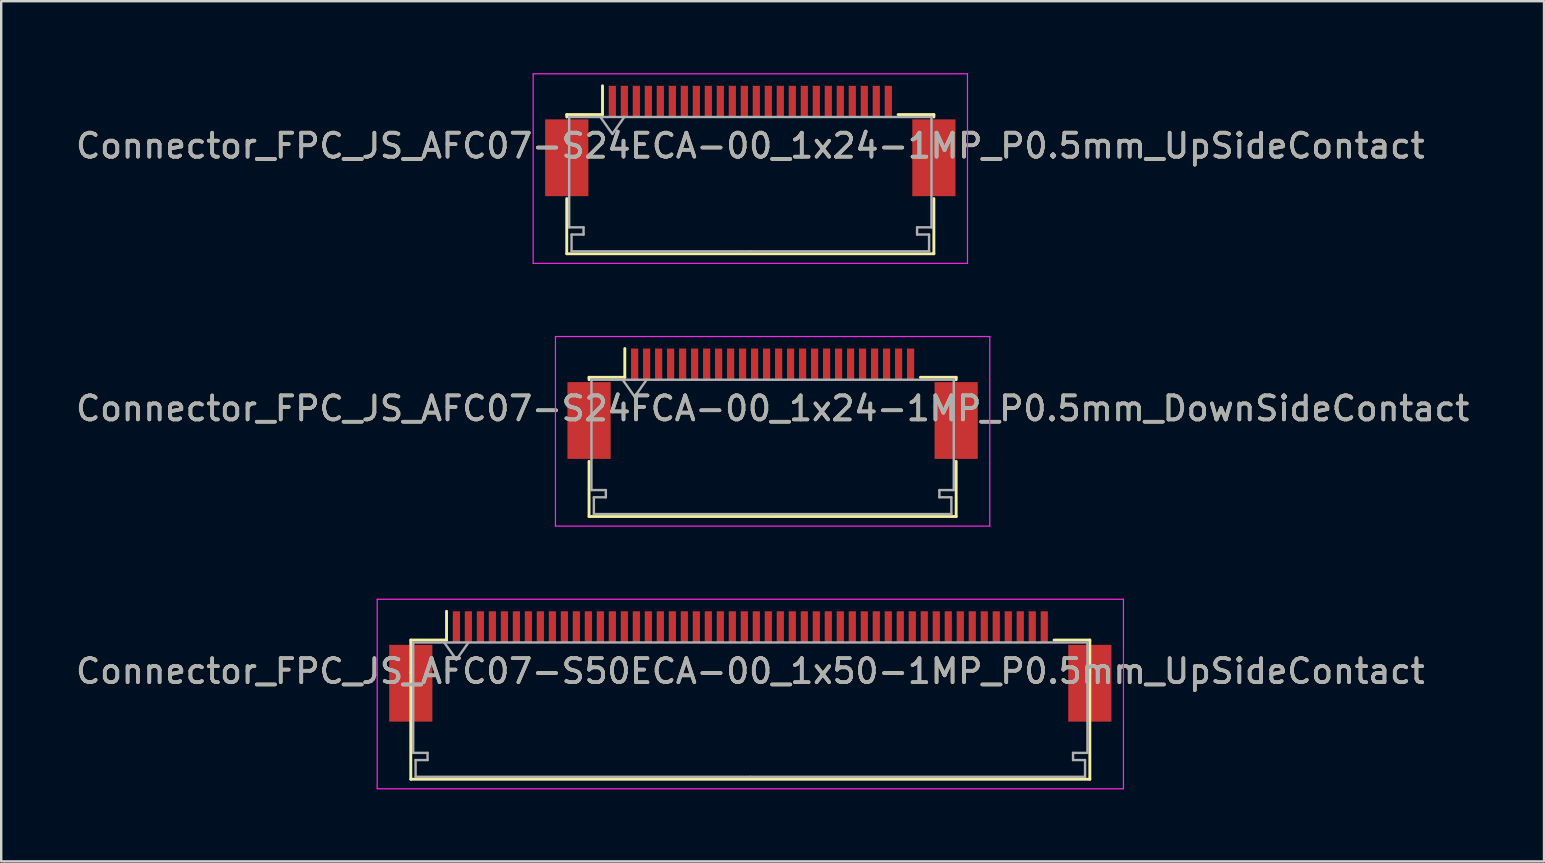
<source format=kicad_pcb>
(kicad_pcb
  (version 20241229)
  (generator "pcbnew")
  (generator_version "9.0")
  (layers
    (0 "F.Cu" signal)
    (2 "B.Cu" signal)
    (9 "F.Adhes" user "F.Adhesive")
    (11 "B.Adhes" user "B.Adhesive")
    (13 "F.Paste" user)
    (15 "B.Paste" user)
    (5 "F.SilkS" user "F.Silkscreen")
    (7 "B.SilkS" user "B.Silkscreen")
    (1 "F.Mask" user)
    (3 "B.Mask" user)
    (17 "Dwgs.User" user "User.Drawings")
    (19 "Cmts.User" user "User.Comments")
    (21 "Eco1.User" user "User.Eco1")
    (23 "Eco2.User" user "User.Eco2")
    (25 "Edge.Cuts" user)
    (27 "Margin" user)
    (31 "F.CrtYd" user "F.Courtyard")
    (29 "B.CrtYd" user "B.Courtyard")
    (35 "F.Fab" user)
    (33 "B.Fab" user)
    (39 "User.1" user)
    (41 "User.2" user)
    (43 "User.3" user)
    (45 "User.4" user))
  (footprint "Connector_FPC_JS_AFC07-S50ECA-00_1x50-1MP_P0.5mm_UpSideContact"
    (layer "F.Cu")
    (at 28.22 24.925)
    (property "Reference" "Connector_FPC_JS_AFC07-S50ECA-00_1x50-1MP_P0.5mm_UpSideContact" (at 0 0 0) (layer "F.SilkS") (effects (font (size 1 1) (thickness 0.15))))
    (attr smd)
    (fp_line (start -14.15 -1.3) (end -14.15 0.04) (stroke (width 0.12) (type solid)) (layer "F.SilkS"))
    (fp_line (start -14.15 0.05) (end -14.15 4.5) (stroke (width 0.12) (type solid)) (layer "F.SilkS"))
    (fp_line (start -14.15 4.5) (end 14.15 4.5) (stroke (width 0.12) (type solid)) (layer "F.SilkS"))
    (fp_line (start -12.66 -1.3) (end -14.15 -1.3) (stroke (width 0.12) (type solid)) (layer "F.SilkS"))
    (fp_line (start -12.66 -1.3) (end -12.66 -2.5) (stroke (width 0.12) (type solid)) (layer "F.SilkS"))
    (fp_line (start 12.66 -1.3) (end 14.15 -1.3) (stroke (width 0.12) (type solid)) (layer "F.SilkS"))
    (fp_line (start 14.15 -1.3) (end 14.15 0.04) (stroke (width 0.12) (type solid)) (layer "F.SilkS"))
    (fp_line (start 14.15 4.5) (end 14.15 0.05) (stroke (width 0.12) (type solid)) (layer "F.SilkS"))
    (fp_line (start -15.55 -3) (end -15.55 4.9) (stroke (width 0.05) (type solid)) (layer "F.CrtYd"))
    (fp_line (start -15.55 4.9) (end 15.55 4.9) (stroke (width 0.05) (type solid)) (layer "F.CrtYd"))
    (fp_line (start 15.55 -3) (end -15.55 -3) (stroke (width 0.05) (type solid)) (layer "F.CrtYd"))
    (fp_line (start 15.55 4.9) (end 15.55 -3) (stroke (width 0.05) (type solid)) (layer "F.CrtYd"))
    (fp_line (start -14.05 -1.2) (end -14.05 3.4) (stroke (width 0.1) (type solid)) (layer "F.Fab"))
    (fp_line (start -14.05 3.4) (end -13.45 3.4) (stroke (width 0.1) (type solid)) (layer "F.Fab"))
    (fp_line (start -13.95 3.7) (end -13.95 4.4) (stroke (width 0.1) (type solid)) (layer "F.Fab"))
    (fp_line (start -13.95 4.4) (end 0 4.4) (stroke (width 0.1) (type solid)) (layer "F.Fab"))
    (fp_line (start -13.45 3.4) (end -13.45 3.7) (stroke (width 0.1) (type solid)) (layer "F.Fab"))
    (fp_line (start -13.45 3.7) (end -13.95 3.7) (stroke (width 0.1) (type solid)) (layer "F.Fab"))
    (fp_line (start -12.75 -1.19) (end -12.25 -0.483) (stroke (width 0.1) (type solid)) (layer "F.Fab"))
    (fp_line (start -12.25 -0.483) (end -11.75 -1.19) (stroke (width 0.1) (type solid)) (layer "F.Fab"))
    (fp_line (start 0 -1.2) (end -14.05 -1.2) (stroke (width 0.1) (type solid)) (layer "F.Fab"))
    (fp_line (start 0 -1.2) (end 14.05 -1.2) (stroke (width 0.1) (type solid)) (layer "F.Fab"))
    (fp_line (start 13.45 3.4) (end 13.45 3.7) (stroke (width 0.1) (type solid)) (layer "F.Fab"))
    (fp_line (start 13.45 3.7) (end 13.95 3.7) (stroke (width 0.1) (type solid)) (layer "F.Fab"))
    (fp_line (start 13.95 3.7) (end 13.95 4.4) (stroke (width 0.1) (type solid)) (layer "F.Fab"))
    (fp_line (start 13.95 4.4) (end 0 4.4) (stroke (width 0.1) (type solid)) (layer "F.Fab"))
    (fp_line (start 14.05 -1.2) (end 14.05 3.4) (stroke (width 0.1) (type solid)) (layer "F.Fab"))
    (fp_line (start 14.05 3.4) (end 13.45 3.4) (stroke (width 0.1) (type solid)) (layer "F.Fab"))
    (fp_text user "${REFERENCE}" (at 0 0 0) (layer "F.Fab") (effects (font (size 1 1) (thickness 0.15))))
    (pad "1" smd rect (at -12.25 -1.85) (size 0.3 1.3) (layers "F.Cu" "F.Mask" "F.Paste"))
    (pad "2" smd rect (at -11.75 -1.85) (size 0.3 1.3) (layers "F.Cu" "F.Mask" "F.Paste"))
    (pad "3" smd rect (at -11.25 -1.85) (size 0.3 1.3) (layers "F.Cu" "F.Mask" "F.Paste"))
    (pad "4" smd rect (at -10.75 -1.85) (size 0.3 1.3) (layers "F.Cu" "F.Mask" "F.Paste"))
    (pad "5" smd rect (at -10.25 -1.85) (size 0.3 1.3) (layers "F.Cu" "F.Mask" "F.Paste"))
    (pad "6" smd rect (at -9.75 -1.85) (size 0.3 1.3) (layers "F.Cu" "F.Mask" "F.Paste"))
    (pad "7" smd rect (at -9.25 -1.85) (size 0.3 1.3) (layers "F.Cu" "F.Mask" "F.Paste"))
    (pad "8" smd rect (at -8.75 -1.85) (size 0.3 1.3) (layers "F.Cu" "F.Mask" "F.Paste"))
    (pad "9" smd rect (at -8.25 -1.85) (size 0.3 1.3) (layers "F.Cu" "F.Mask" "F.Paste"))
    (pad "10" smd rect (at -7.75 -1.85) (size 0.3 1.3) (layers "F.Cu" "F.Mask" "F.Paste"))
    (pad "11" smd rect (at -7.25 -1.85) (size 0.3 1.3) (layers "F.Cu" "F.Mask" "F.Paste"))
    (pad "12" smd rect (at -6.75 -1.85) (size 0.3 1.3) (layers "F.Cu" "F.Mask" "F.Paste"))
    (pad "13" smd rect (at -6.25 -1.85) (size 0.3 1.3) (layers "F.Cu" "F.Mask" "F.Paste"))
    (pad "14" smd rect (at -5.75 -1.85) (size 0.3 1.3) (layers "F.Cu" "F.Mask" "F.Paste"))
    (pad "15" smd rect (at -5.25 -1.85) (size 0.3 1.3) (layers "F.Cu" "F.Mask" "F.Paste"))
    (pad "16" smd rect (at -4.75 -1.85) (size 0.3 1.3) (layers "F.Cu" "F.Mask" "F.Paste"))
    (pad "17" smd rect (at -4.25 -1.85) (size 0.3 1.3) (layers "F.Cu" "F.Mask" "F.Paste"))
    (pad "18" smd rect (at -3.75 -1.85) (size 0.3 1.3) (layers "F.Cu" "F.Mask" "F.Paste"))
    (pad "19" smd rect (at -3.25 -1.85) (size 0.3 1.3) (layers "F.Cu" "F.Mask" "F.Paste"))
    (pad "20" smd rect (at -2.75 -1.85) (size 0.3 1.3) (layers "F.Cu" "F.Mask" "F.Paste"))
    (pad "21" smd rect (at -2.25 -1.85) (size 0.3 1.3) (layers "F.Cu" "F.Mask" "F.Paste"))
    (pad "22" smd rect (at -1.75 -1.85) (size 0.3 1.3) (layers "F.Cu" "F.Mask" "F.Paste"))
    (pad "23" smd rect (at -1.25 -1.85) (size 0.3 1.3) (layers "F.Cu" "F.Mask" "F.Paste"))
    (pad "24" smd rect (at -0.75 -1.85) (size 0.3 1.3) (layers "F.Cu" "F.Mask" "F.Paste"))
    (pad "25" smd rect (at -0.25 -1.85) (size 0.3 1.3) (layers "F.Cu" "F.Mask" "F.Paste"))
    (pad "26" smd rect (at 0.25 -1.85) (size 0.3 1.3) (layers "F.Cu" "F.Mask" "F.Paste"))
    (pad "27" smd rect (at 0.75 -1.85) (size 0.3 1.3) (layers "F.Cu" "F.Mask" "F.Paste"))
    (pad "28" smd rect (at 1.25 -1.85) (size 0.3 1.3) (layers "F.Cu" "F.Mask" "F.Paste"))
    (pad "29" smd rect (at 1.75 -1.85) (size 0.3 1.3) (layers "F.Cu" "F.Mask" "F.Paste"))
    (pad "30" smd rect (at 2.25 -1.85) (size 0.3 1.3) (layers "F.Cu" "F.Mask" "F.Paste"))
    (pad "31" smd rect (at 2.75 -1.85) (size 0.3 1.3) (layers "F.Cu" "F.Mask" "F.Paste"))
    (pad "32" smd rect (at 3.25 -1.85) (size 0.3 1.3) (layers "F.Cu" "F.Mask" "F.Paste"))
    (pad "33" smd rect (at 3.75 -1.85) (size 0.3 1.3) (layers "F.Cu" "F.Mask" "F.Paste"))
    (pad "34" smd rect (at 4.25 -1.85) (size 0.3 1.3) (layers "F.Cu" "F.Mask" "F.Paste"))
    (pad "35" smd rect (at 4.75 -1.85) (size 0.3 1.3) (layers "F.Cu" "F.Mask" "F.Paste"))
    (pad "36" smd rect (at 5.25 -1.85) (size 0.3 1.3) (layers "F.Cu" "F.Mask" "F.Paste"))
    (pad "37" smd rect (at 5.75 -1.85) (size 0.3 1.3) (layers "F.Cu" "F.Mask" "F.Paste"))
    (pad "38" smd rect (at 6.25 -1.85) (size 0.3 1.3) (layers "F.Cu" "F.Mask" "F.Paste"))
    (pad "39" smd rect (at 6.75 -1.85) (size 0.3 1.3) (layers "F.Cu" "F.Mask" "F.Paste"))
    (pad "40" smd rect (at 7.25 -1.85) (size 0.3 1.3) (layers "F.Cu" "F.Mask" "F.Paste"))
    (pad "41" smd rect (at 7.75 -1.85) (size 0.3 1.3) (layers "F.Cu" "F.Mask" "F.Paste"))
    (pad "42" smd rect (at 8.25 -1.85) (size 0.3 1.3) (layers "F.Cu" "F.Mask" "F.Paste"))
    (pad "43" smd rect (at 8.75 -1.85) (size 0.3 1.3) (layers "F.Cu" "F.Mask" "F.Paste"))
    (pad "44" smd rect (at 9.25 -1.85) (size 0.3 1.3) (layers "F.Cu" "F.Mask" "F.Paste"))
    (pad "45" smd rect (at 9.75 -1.85) (size 0.3 1.3) (layers "F.Cu" "F.Mask" "F.Paste"))
    (pad "46" smd rect (at 10.25 -1.85) (size 0.3 1.3) (layers "F.Cu" "F.Mask" "F.Paste"))
    (pad "47" smd rect (at 10.75 -1.85) (size 0.3 1.3) (layers "F.Cu" "F.Mask" "F.Paste"))
    (pad "48" smd rect (at 11.25 -1.85) (size 0.3 1.3) (layers "F.Cu" "F.Mask" "F.Paste"))
    (pad "49" smd rect (at 11.75 -1.85) (size 0.3 1.3) (layers "F.Cu" "F.Mask" "F.Paste"))
    (pad "50" smd rect (at 12.25 -1.85) (size 0.3 1.3) (layers "F.Cu" "F.Mask" "F.Paste"))
    (pad "MP" smd rect (at -14.15 0.5) (size 1.8 3.2) (layers "F.Cu" "F.Mask" "F.Paste"))
    (pad "MP" smd rect (at 14.15 0.5) (size 1.8 3.2) (layers "F.Cu" "F.Mask" "F.Paste")))
  (footprint "Connector_FPC_JS_AFC07-S24FCA-00_1x24-1MP_P0.5mm_DownSideContact"
    (layer "F.Cu")
    (at 29.149 13.975)
    (property "Reference" "Connector_FPC_JS_AFC07-S24FCA-00_1x24-1MP_P0.5mm_DownSideContact" (at 0 0 0) (layer "F.SilkS") (effects (font (size 1 1) (thickness 0.15))))
    (attr smd)
    (fp_line (start -7.65 -1.3) (end -7.65 -1.2) (stroke (width 0.12) (type solid)) (layer "F.SilkS"))
    (fp_line (start -7.65 2.2) (end -7.65 4.5) (stroke (width 0.12) (type solid)) (layer "F.SilkS"))
    (fp_line (start -7.65 4.5) (end 7.65 4.5) (stroke (width 0.12) (type solid)) (layer "F.SilkS"))
    (fp_line (start -6.16 -1.3) (end -7.65 -1.3) (stroke (width 0.12) (type solid)) (layer "F.SilkS"))
    (fp_line (start -6.16 -1.3) (end -6.16 -2.5) (stroke (width 0.12) (type solid)) (layer "F.SilkS"))
    (fp_line (start 6.16 -1.3) (end 7.65 -1.3) (stroke (width 0.12) (type solid)) (layer "F.SilkS"))
    (fp_line (start 7.65 -1.3) (end 7.65 -1.2) (stroke (width 0.12) (type solid)) (layer "F.SilkS"))
    (fp_line (start 7.65 4.5) (end 7.65 2.2) (stroke (width 0.12) (type solid)) (layer "F.SilkS"))
    (fp_line (start -9.05 -3) (end -9.05 4.9) (stroke (width 0.05) (type solid)) (layer "F.CrtYd"))
    (fp_line (start -9.05 4.9) (end 9.05 4.9) (stroke (width 0.05) (type solid)) (layer "F.CrtYd"))
    (fp_line (start 9.05 -3) (end -9.05 -3) (stroke (width 0.05) (type solid)) (layer "F.CrtYd"))
    (fp_line (start 9.05 4.9) (end 9.05 -3) (stroke (width 0.05) (type solid)) (layer "F.CrtYd"))
    (fp_line (start -7.55 -1.2) (end -7.55 3.4) (stroke (width 0.1) (type solid)) (layer "F.Fab"))
    (fp_line (start -7.55 3.4) (end -6.95 3.4) (stroke (width 0.1) (type solid)) (layer "F.Fab"))
    (fp_line (start -7.45 3.7) (end -7.45 4.4) (stroke (width 0.1) (type solid)) (layer "F.Fab"))
    (fp_line (start -7.45 4.4) (end 0 4.4) (stroke (width 0.1) (type solid)) (layer "F.Fab"))
    (fp_line (start -6.95 3.4) (end -6.95 3.7) (stroke (width 0.1) (type solid)) (layer "F.Fab"))
    (fp_line (start -6.95 3.7) (end -7.45 3.7) (stroke (width 0.1) (type solid)) (layer "F.Fab"))
    (fp_line (start -6.25 -1.2) (end -5.75 -0.493) (stroke (width 0.1) (type solid)) (layer "F.Fab"))
    (fp_line (start -5.75 -0.493) (end -5.25 -1.2) (stroke (width 0.1) (type solid)) (layer "F.Fab"))
    (fp_line (start 0 -1.2) (end -7.55 -1.2) (stroke (width 0.1) (type solid)) (layer "F.Fab"))
    (fp_line (start 0 -1.2) (end 7.55 -1.2) (stroke (width 0.1) (type solid)) (layer "F.Fab"))
    (fp_line (start 6.95 3.4) (end 6.95 3.7) (stroke (width 0.1) (type solid)) (layer "F.Fab"))
    (fp_line (start 6.95 3.7) (end 7.45 3.7) (stroke (width 0.1) (type solid)) (layer "F.Fab"))
    (fp_line (start 7.45 3.7) (end 7.45 4.4) (stroke (width 0.1) (type solid)) (layer "F.Fab"))
    (fp_line (start 7.45 4.4) (end 0 4.4) (stroke (width 0.1) (type solid)) (layer "F.Fab"))
    (fp_line (start 7.55 -1.2) (end 7.55 3.4) (stroke (width 0.1) (type solid)) (layer "F.Fab"))
    (fp_line (start 7.55 3.4) (end 6.95 3.4) (stroke (width 0.1) (type solid)) (layer "F.Fab"))
    (fp_text user "${REFERENCE}" (at 0 0 0) (layer "F.Fab") (effects (font (size 1 1) (thickness 0.15))))
    (pad "1" smd rect (at -5.75 -1.85) (size 0.3 1.3) (layers "F.Cu" "F.Mask" "F.Paste"))
    (pad "2" smd rect (at -5.25 -1.85) (size 0.3 1.3) (layers "F.Cu" "F.Mask" "F.Paste"))
    (pad "3" smd rect (at -4.75 -1.85) (size 0.3 1.3) (layers "F.Cu" "F.Mask" "F.Paste"))
    (pad "4" smd rect (at -4.25 -1.85) (size 0.3 1.3) (layers "F.Cu" "F.Mask" "F.Paste"))
    (pad "5" smd rect (at -3.75 -1.85) (size 0.3 1.3) (layers "F.Cu" "F.Mask" "F.Paste"))
    (pad "6" smd rect (at -3.25 -1.85) (size 0.3 1.3) (layers "F.Cu" "F.Mask" "F.Paste"))
    (pad "7" smd rect (at -2.75 -1.85) (size 0.3 1.3) (layers "F.Cu" "F.Mask" "F.Paste"))
    (pad "8" smd rect (at -2.25 -1.85) (size 0.3 1.3) (layers "F.Cu" "F.Mask" "F.Paste"))
    (pad "9" smd rect (at -1.75 -1.85) (size 0.3 1.3) (layers "F.Cu" "F.Mask" "F.Paste"))
    (pad "10" smd rect (at -1.25 -1.85) (size 0.3 1.3) (layers "F.Cu" "F.Mask" "F.Paste"))
    (pad "11" smd rect (at -0.75 -1.85) (size 0.3 1.3) (layers "F.Cu" "F.Mask" "F.Paste"))
    (pad "12" smd rect (at -0.25 -1.85) (size 0.3 1.3) (layers "F.Cu" "F.Mask" "F.Paste"))
    (pad "13" smd rect (at 0.25 -1.85) (size 0.3 1.3) (layers "F.Cu" "F.Mask" "F.Paste"))
    (pad "14" smd rect (at 0.75 -1.85) (size 0.3 1.3) (layers "F.Cu" "F.Mask" "F.Paste"))
    (pad "15" smd rect (at 1.25 -1.85) (size 0.3 1.3) (layers "F.Cu" "F.Mask" "F.Paste"))
    (pad "16" smd rect (at 1.75 -1.85) (size 0.3 1.3) (layers "F.Cu" "F.Mask" "F.Paste"))
    (pad "17" smd rect (at 2.25 -1.85) (size 0.3 1.3) (layers "F.Cu" "F.Mask" "F.Paste"))
    (pad "18" smd rect (at 2.75 -1.85) (size 0.3 1.3) (layers "F.Cu" "F.Mask" "F.Paste"))
    (pad "19" smd rect (at 3.25 -1.85) (size 0.3 1.3) (layers "F.Cu" "F.Mask" "F.Paste"))
    (pad "20" smd rect (at 3.75 -1.85) (size 0.3 1.3) (layers "F.Cu" "F.Mask" "F.Paste"))
    (pad "21" smd rect (at 4.25 -1.85) (size 0.3 1.3) (layers "F.Cu" "F.Mask" "F.Paste"))
    (pad "22" smd rect (at 4.75 -1.85) (size 0.3 1.3) (layers "F.Cu" "F.Mask" "F.Paste"))
    (pad "23" smd rect (at 5.25 -1.85) (size 0.3 1.3) (layers "F.Cu" "F.Mask" "F.Paste"))
    (pad "24" smd rect (at 5.75 -1.85) (size 0.3 1.3) (layers "F.Cu" "F.Mask" "F.Paste"))
    (pad "MP" smd rect (at -7.65 0.5) (size 1.8 3.2) (layers "F.Cu" "F.Mask" "F.Paste"))
    (pad "MP" smd rect (at 7.65 0.5) (size 1.8 3.2) (layers "F.Cu" "F.Mask" "F.Paste")))
  (footprint "Connector_FPC_JS_AFC07-S24ECA-00_1x24-1MP_P0.5mm_UpSideContact"
    (layer "F.Cu")
    (at 28.22 3.025)
    (property "Reference" "Connector_FPC_JS_AFC07-S24ECA-00_1x24-1MP_P0.5mm_UpSideContact" (at 0 0 0) (layer "F.SilkS") (effects (font (size 1 1) (thickness 0.15))))
    (attr smd)
    (fp_line (start -7.65 -1.3) (end -7.65 -1.2) (stroke (width 0.12) (type solid)) (layer "F.SilkS"))
    (fp_line (start -7.65 2.2) (end -7.65 4.5) (stroke (width 0.12) (type solid)) (layer "F.SilkS"))
    (fp_line (start -7.65 4.5) (end 7.65 4.5) (stroke (width 0.12) (type solid)) (layer "F.SilkS"))
    (fp_line (start -6.16 -1.3) (end -7.65 -1.3) (stroke (width 0.12) (type solid)) (layer "F.SilkS"))
    (fp_line (start -6.16 -1.3) (end -6.16 -2.5) (stroke (width 0.12) (type solid)) (layer "F.SilkS"))
    (fp_line (start 6.16 -1.3) (end 7.65 -1.3) (stroke (width 0.12) (type solid)) (layer "F.SilkS"))
    (fp_line (start 7.65 -1.3) (end 7.65 -1.2) (stroke (width 0.12) (type solid)) (layer "F.SilkS"))
    (fp_line (start 7.65 4.5) (end 7.65 2.2) (stroke (width 0.12) (type solid)) (layer "F.SilkS"))
    (fp_line (start -9.05 -3) (end -9.05 4.9) (stroke (width 0.05) (type solid)) (layer "F.CrtYd"))
    (fp_line (start -9.05 4.9) (end 9.05 4.9) (stroke (width 0.05) (type solid)) (layer "F.CrtYd"))
    (fp_line (start 9.05 -3) (end -9.05 -3) (stroke (width 0.05) (type solid)) (layer "F.CrtYd"))
    (fp_line (start 9.05 4.9) (end 9.05 -3) (stroke (width 0.05) (type solid)) (layer "F.CrtYd"))
    (fp_line (start -7.55 -1.2) (end -7.55 3.4) (stroke (width 0.1) (type solid)) (layer "F.Fab"))
    (fp_line (start -7.55 3.4) (end -6.95 3.4) (stroke (width 0.1) (type solid)) (layer "F.Fab"))
    (fp_line (start -7.45 3.7) (end -7.45 4.4) (stroke (width 0.1) (type solid)) (layer "F.Fab"))
    (fp_line (start -7.45 4.4) (end 0 4.4) (stroke (width 0.1) (type solid)) (layer "F.Fab"))
    (fp_line (start -6.95 3.4) (end -6.95 3.7) (stroke (width 0.1) (type solid)) (layer "F.Fab"))
    (fp_line (start -6.95 3.7) (end -7.45 3.7) (stroke (width 0.1) (type solid)) (layer "F.Fab"))
    (fp_line (start -6.25 -1.2) (end -5.75 -0.493) (stroke (width 0.1) (type solid)) (layer "F.Fab"))
    (fp_line (start -5.75 -0.493) (end -5.25 -1.2) (stroke (width 0.1) (type solid)) (layer "F.Fab"))
    (fp_line (start 0 -1.2) (end -7.55 -1.2) (stroke (width 0.1) (type solid)) (layer "F.Fab"))
    (fp_line (start 0 -1.2) (end 7.55 -1.2) (stroke (width 0.1) (type solid)) (layer "F.Fab"))
    (fp_line (start 6.95 3.4) (end 6.95 3.7) (stroke (width 0.1) (type solid)) (layer "F.Fab"))
    (fp_line (start 6.95 3.7) (end 7.45 3.7) (stroke (width 0.1) (type solid)) (layer "F.Fab"))
    (fp_line (start 7.45 3.7) (end 7.45 4.4) (stroke (width 0.1) (type solid)) (layer "F.Fab"))
    (fp_line (start 7.45 4.4) (end 0 4.4) (stroke (width 0.1) (type solid)) (layer "F.Fab"))
    (fp_line (start 7.55 -1.2) (end 7.55 3.4) (stroke (width 0.1) (type solid)) (layer "F.Fab"))
    (fp_line (start 7.55 3.4) (end 6.95 3.4) (stroke (width 0.1) (type solid)) (layer "F.Fab"))
    (fp_text user "${REFERENCE}" (at 0 0 0) (layer "F.Fab") (effects (font (size 1 1) (thickness 0.15))))
    (pad "1" smd rect (at -5.75 -1.85) (size 0.3 1.3) (layers "F.Cu" "F.Mask" "F.Paste"))
    (pad "2" smd rect (at -5.25 -1.85) (size 0.3 1.3) (layers "F.Cu" "F.Mask" "F.Paste"))
    (pad "3" smd rect (at -4.75 -1.85) (size 0.3 1.3) (layers "F.Cu" "F.Mask" "F.Paste"))
    (pad "4" smd rect (at -4.25 -1.85) (size 0.3 1.3) (layers "F.Cu" "F.Mask" "F.Paste"))
    (pad "5" smd rect (at -3.75 -1.85) (size 0.3 1.3) (layers "F.Cu" "F.Mask" "F.Paste"))
    (pad "6" smd rect (at -3.25 -1.85) (size 0.3 1.3) (layers "F.Cu" "F.Mask" "F.Paste"))
    (pad "7" smd rect (at -2.75 -1.85) (size 0.3 1.3) (layers "F.Cu" "F.Mask" "F.Paste"))
    (pad "8" smd rect (at -2.25 -1.85) (size 0.3 1.3) (layers "F.Cu" "F.Mask" "F.Paste"))
    (pad "9" smd rect (at -1.75 -1.85) (size 0.3 1.3) (layers "F.Cu" "F.Mask" "F.Paste"))
    (pad "10" smd rect (at -1.25 -1.85) (size 0.3 1.3) (layers "F.Cu" "F.Mask" "F.Paste"))
    (pad "11" smd rect (at -0.75 -1.85) (size 0.3 1.3) (layers "F.Cu" "F.Mask" "F.Paste"))
    (pad "12" smd rect (at -0.25 -1.85) (size 0.3 1.3) (layers "F.Cu" "F.Mask" "F.Paste"))
    (pad "13" smd rect (at 0.25 -1.85) (size 0.3 1.3) (layers "F.Cu" "F.Mask" "F.Paste"))
    (pad "14" smd rect (at 0.75 -1.85) (size 0.3 1.3) (layers "F.Cu" "F.Mask" "F.Paste"))
    (pad "15" smd rect (at 1.25 -1.85) (size 0.3 1.3) (layers "F.Cu" "F.Mask" "F.Paste"))
    (pad "16" smd rect (at 1.75 -1.85) (size 0.3 1.3) (layers "F.Cu" "F.Mask" "F.Paste"))
    (pad "17" smd rect (at 2.25 -1.85) (size 0.3 1.3) (layers "F.Cu" "F.Mask" "F.Paste"))
    (pad "18" smd rect (at 2.75 -1.85) (size 0.3 1.3) (layers "F.Cu" "F.Mask" "F.Paste"))
    (pad "19" smd rect (at 3.25 -1.85) (size 0.3 1.3) (layers "F.Cu" "F.Mask" "F.Paste"))
    (pad "20" smd rect (at 3.75 -1.85) (size 0.3 1.3) (layers "F.Cu" "F.Mask" "F.Paste"))
    (pad "21" smd rect (at 4.25 -1.85) (size 0.3 1.3) (layers "F.Cu" "F.Mask" "F.Paste"))
    (pad "22" smd rect (at 4.75 -1.85) (size 0.3 1.3) (layers "F.Cu" "F.Mask" "F.Paste"))
    (pad "23" smd rect (at 5.25 -1.85) (size 0.3 1.3) (layers "F.Cu" "F.Mask" "F.Paste"))
    (pad "24" smd rect (at 5.75 -1.85) (size 0.3 1.3) (layers "F.Cu" "F.Mask" "F.Paste"))
    (pad "MP" smd rect (at -7.65 0.5) (size 1.8 3.2) (layers "F.Cu" "F.Mask" "F.Paste"))
    (pad "MP" smd rect (at 7.65 0.5) (size 1.8 3.2) (layers "F.Cu" "F.Mask" "F.Paste")))
  (gr_rect
    (start -3 -3)
    (end 61.298 32.85)
    (stroke (width 0.1) (type default))
    (fill no)
    (layer "Edge.Cuts")))
</source>
